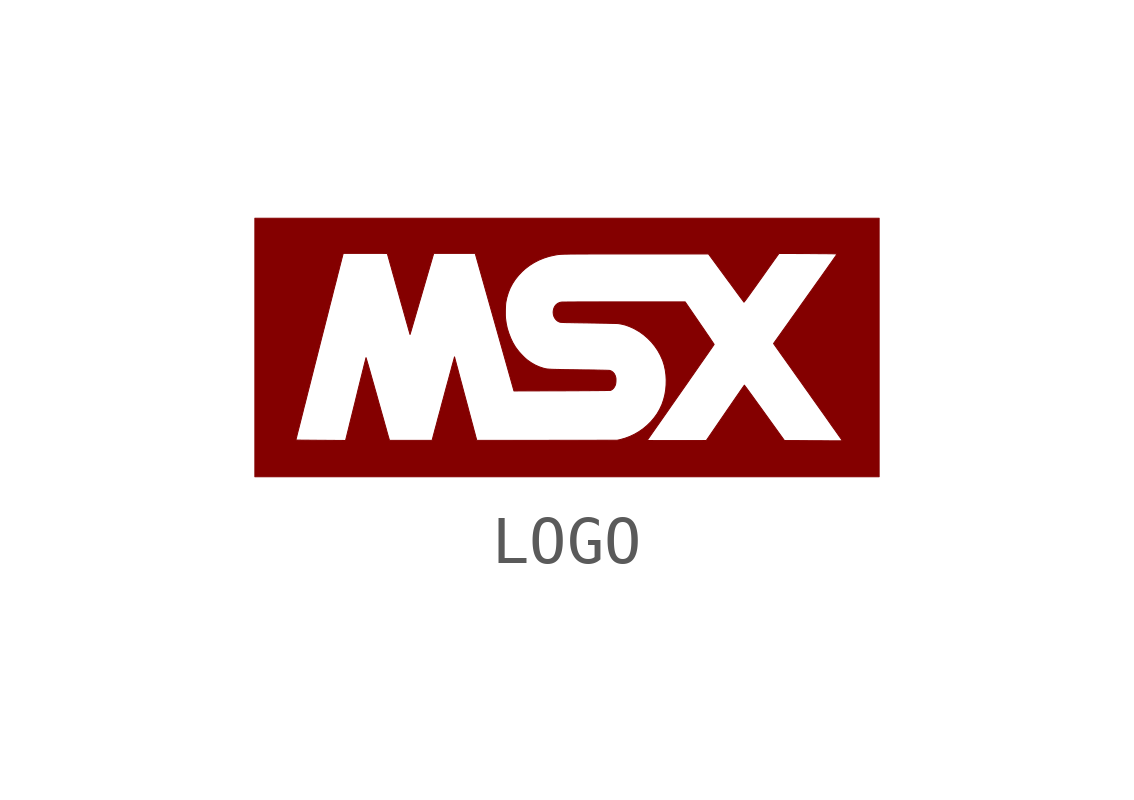
<source format=kicad_sym>
(kicad_symbol_lib
  (version 20220914)
  (generator "bitmap2component")
  (generator_version "8.0")
  (symbol "LOGO"
    (pin_names
      (offset 1.016))
    (property "Reference" "#G"
      (at 0 2.057 0)
      (effects (font (size 1.27 1.27)) hide))
    (symbol "LOGO_0_0"
      (polyline (pts (xy 6.501 0) (xy 6.501 2.692) (xy 0 2.692) (xy -6.501 2.692) (xy -6.501 0) (xy -6.501 -1.928) (xy -5.647 -1.928) (xy -5.646 -1.924) (xy -5.643 -1.911) (xy -5.637 -1.888) (xy -5.629 -1.857) (xy -5.62 -1.818) (xy -5.608 -1.771) (xy -5.594 -1.716) (xy -5.578 -1.655) (xy -5.561 -1.587) (xy -5.542 -1.512) (xy -5.522 -1.432) (xy -5.5 -1.346) (xy -5.478 -1.255) (xy -5.453 -1.16) (xy -5.428 -1.061) (xy -5.402 -0.957) (xy -5.375 -0.851) (xy -5.347 -0.741) (xy -5.319 -0.629) (xy -5.29 -0.515) (xy -5.261 -0.399) (xy -5.231 -0.282) (xy -5.201 -0.164) (xy -5.171 -0.045) (xy -5.141 0.074) (xy -5.111 0.193) (xy -5.081 0.31) (xy -5.051 0.427) (xy -5.022 0.542) (xy -4.993 0.655) (xy -4.965 0.766) (xy -4.938 0.875) (xy -4.911 0.979) (xy -4.885 1.081) (xy -4.861 1.178) (xy -4.837 1.271) (xy -4.814 1.359) (xy -4.793 1.442) (xy -4.774 1.52) (xy -4.755 1.591) (xy -4.739 1.656) (xy -4.724 1.714) (xy -4.711 1.765) (xy -4.7 1.808) (xy -4.691 1.844) (xy -4.684 1.87) (xy -4.661 1.96) (xy -4.202 1.96) (xy -4.163 1.96) (xy -4.089 1.96) (xy -4.024 1.96) (xy -3.968 1.96) (xy -3.92 1.96) (xy -3.879 1.96) (xy -3.845 1.96) (xy -3.817 1.959) (xy -3.795 1.959) (xy -3.777 1.958) (xy -3.764 1.958) (xy -3.755 1.957) (xy -3.748 1.956) (xy -3.744 1.954) (xy -3.742 1.953) (xy -3.741 1.952) (xy -3.741 1.951) (xy -3.739 1.944) (xy -3.734 1.927) (xy -3.727 1.902) (xy -3.718 1.869) (xy -3.706 1.828) (xy -3.693 1.78) (xy -3.678 1.725) (xy -3.66 1.664) (xy -3.642 1.597) (xy -3.622 1.525) (xy -3.6 1.449) (xy -3.578 1.368) (xy -3.554 1.284) (xy -3.53 1.197) (xy -3.504 1.107) (xy -3.5 1.091) (xy -3.475 1.002) (xy -3.451 0.915) (xy -3.427 0.832) (xy -3.405 0.753) (xy -3.384 0.678) (xy -3.364 0.607) (xy -3.346 0.542) (xy -3.329 0.483) (xy -3.314 0.43) (xy -3.301 0.383) (xy -3.29 0.344) (xy -3.281 0.313) (xy -3.275 0.29) (xy -3.271 0.276) (xy -3.269 0.271) (xy -3.269 0.271) (xy -3.267 0.279) (xy -3.262 0.295) (xy -3.254 0.321) (xy -3.244 0.354) (xy -3.232 0.395) (xy -3.218 0.443) (xy -3.202 0.498) (xy -3.184 0.559) (xy -3.165 0.625) (xy -3.144 0.697) (xy -3.122 0.773) (xy -3.098 0.854) (xy -3.074 0.938) (xy -3.048 1.025) (xy -3.022 1.115) (xy -2.776 1.96) (xy -2.344 1.96) (xy -1.912 1.96) (xy -1.508 0.527) (xy -1.105 -0.905) (xy -0.109 -0.902) (xy -0.023 -0.902) (xy 0.097 -0.901) (xy 0.209 -0.901) (xy 0.313 -0.9) (xy 0.41 -0.9) (xy 0.499 -0.899) (xy 0.58 -0.898) (xy 0.652 -0.898) (xy 0.716 -0.897) (xy 0.771 -0.897) (xy 0.817 -0.896) (xy 0.853 -0.895) (xy 0.88 -0.895) (xy 0.898 -0.894) (xy 0.905 -0.894) (xy 0.916 -0.89) (xy 0.943 -0.874) (xy 0.969 -0.85) (xy 0.99 -0.819) (xy 1.007 -0.783) (xy 1.01 -0.776) (xy 1.015 -0.749) (xy 1.019 -0.717) (xy 1.02 -0.683) (xy 1.02 -0.651) (xy 1.016 -0.624) (xy 1.004 -0.584) (xy 0.985 -0.546) (xy 0.959 -0.516) (xy 0.928 -0.493) (xy 0.891 -0.478) (xy 0.891 -0.478) (xy 0.882 -0.477) (xy 0.863 -0.476) (xy 0.835 -0.475) (xy 0.798 -0.474) (xy 0.753 -0.473) (xy 0.7 -0.472) (xy 0.64 -0.471) (xy 0.573 -0.469) (xy 0.5 -0.468) (xy 0.422 -0.467) (xy 0.397 -0.467) (xy 0.291 -0.466) (xy 0.195 -0.464) (xy 0.108 -0.463) (xy 0.029 -0.462) (xy -0.041 -0.461) (xy -0.104 -0.46) (xy -0.16 -0.458) (xy -0.209 -0.457) (xy -0.253 -0.456) (xy -0.29 -0.455) (xy -0.323 -0.454) (xy -0.35 -0.452) (xy -0.374 -0.451) (xy -0.394 -0.449) (xy -0.411 -0.448) (xy -0.425 -0.446) (xy -0.437 -0.444) (xy -0.448 -0.442) (xy -0.499 -0.429) (xy -0.582 -0.401) (xy -0.664 -0.364) (xy -0.744 -0.318) (xy -0.82 -0.265) (xy -0.845 -0.245) (xy -0.883 -0.211) (xy -0.923 -0.171) (xy -0.963 -0.129) (xy -1.002 -0.085) (xy -1.036 -0.041) (xy -1.066 -0.001) (xy -1.077 0.015) (xy -1.129 0.103) (xy -1.174 0.198) (xy -1.212 0.297) (xy -1.244 0.399) (xy -1.266 0.503) (xy -1.28 0.606) (xy -1.282 0.629) (xy -1.284 0.668) (xy -1.284 0.711) (xy -1.284 0.757) (xy -1.283 0.803) (xy -1.281 0.847) (xy -1.279 0.888) (xy -1.276 0.923) (xy -1.272 0.95) (xy -1.253 1.04) (xy -1.222 1.142) (xy -1.183 1.239) (xy -1.134 1.331) (xy -1.077 1.418) (xy -1.011 1.501) (xy -0.936 1.58) (xy -0.871 1.639) (xy -0.782 1.707) (xy -0.687 1.767) (xy -0.587 1.819) (xy -0.482 1.862) (xy -0.373 1.897) (xy -0.262 1.922) (xy -0.25 1.924) (xy -0.237 1.927) (xy -0.226 1.929) (xy -0.214 1.931) (xy -0.203 1.933) (xy -0.191 1.934) (xy -0.179 1.936) (xy -0.165 1.937) (xy -0.15 1.939) (xy -0.134 1.94) (xy -0.115 1.941) (xy -0.093 1.942) (xy -0.069 1.943) (xy -0.041 1.944) (xy -0.01 1.944) (xy 0.026 1.945) (xy 0.065 1.946) (xy 0.11 1.946) (xy 0.159 1.946) (xy 0.214 1.947) (xy 0.275 1.947) (xy 0.342 1.947) (xy 0.415 1.947) (xy 0.495 1.948) (xy 0.583 1.948) (xy 0.678 1.948) (xy 0.781 1.948) (xy 0.893 1.948) (xy 1.013 1.948) (xy 1.142 1.948) (xy 1.281 1.948) (xy 1.429 1.948) (xy 2.947 1.948) (xy 3.314 1.448) (xy 3.352 1.396) (xy 3.398 1.335) (xy 3.441 1.276) (xy 3.482 1.22) (xy 3.52 1.168) (xy 3.555 1.12) (xy 3.587 1.077) (xy 3.615 1.039) (xy 3.639 1.007) (xy 3.659 0.981) (xy 3.673 0.961) (xy 3.682 0.949) (xy 3.686 0.944) (xy 3.687 0.945) (xy 3.693 0.952) (xy 3.705 0.967) (xy 3.723 0.99) (xy 3.746 1.021) (xy 3.774 1.06) (xy 3.808 1.106) (xy 3.846 1.16) (xy 3.89 1.221) (xy 3.939 1.289) (xy 3.992 1.364) (xy 4.051 1.446) (xy 4.089 1.5) (xy 4.133 1.562) (xy 4.175 1.622) (xy 4.215 1.678) (xy 4.253 1.731) (xy 4.287 1.779) (xy 4.318 1.823) (xy 4.346 1.861) (xy 4.369 1.894) (xy 4.388 1.92) (xy 4.402 1.94) (xy 4.41 1.952) (xy 4.414 1.957) (xy 4.416 1.957) (xy 4.427 1.958) (xy 4.448 1.958) (xy 4.476 1.958) (xy 4.512 1.958) (xy 4.554 1.958) (xy 4.603 1.958) (xy 4.656 1.958) (xy 4.714 1.958) (xy 4.775 1.957) (xy 4.839 1.957) (xy 4.905 1.957) (xy 4.973 1.956) (xy 5.041 1.956) (xy 5.109 1.955) (xy 5.176 1.955) (xy 5.24 1.954) (xy 5.303 1.954) (xy 5.362 1.953) (xy 5.417 1.953) (xy 5.468 1.952) (xy 5.512 1.952) (xy 5.551 1.951) (xy 5.582 1.95) (xy 5.606 1.95) (xy 5.62 1.949) (xy 5.626 1.949) (xy 5.625 1.948) (xy 5.621 1.942) (xy 5.611 1.927) (xy 5.596 1.905) (xy 5.575 1.876) (xy 5.55 1.84) (xy 5.521 1.798) (xy 5.487 1.75) (xy 5.449 1.697) (xy 5.408 1.638) (xy 5.363 1.575) (xy 5.315 1.507) (xy 5.264 1.435) (xy 5.21 1.36) (xy 5.154 1.281) (xy 5.096 1.199) (xy 5.036 1.115) (xy 4.974 1.028) (xy 4.957 1.003) (xy 4.895 0.917) (xy 4.836 0.833) (xy 4.778 0.751) (xy 4.722 0.673) (xy 4.668 0.598) (xy 4.618 0.526) (xy 4.57 0.459) (xy 4.525 0.396) (xy 4.484 0.339) (xy 4.447 0.286) (xy 4.413 0.239) (xy 4.384 0.198) (xy 4.359 0.163) (xy 4.339 0.135) (xy 4.324 0.114) (xy 4.315 0.101) (xy 4.311 0.096) (xy 4.302 0.082) (xy 4.382 -0.032) (xy 4.392 -0.045) (xy 4.453 -0.132) (xy 4.516 -0.22) (xy 4.58 -0.31) (xy 4.645 -0.401) (xy 4.71 -0.493) (xy 4.775 -0.585) (xy 4.841 -0.677) (xy 4.906 -0.769) (xy 4.97 -0.86) (xy 5.034 -0.949) (xy 5.096 -1.038) (xy 5.157 -1.124) (xy 5.217 -1.208) (xy 5.274 -1.289) (xy 5.33 -1.367) (xy 5.383 -1.442) (xy 5.433 -1.513) (xy 5.48 -1.58) (xy 5.524 -1.643) (xy 5.565 -1.7) (xy 5.602 -1.752) (xy 5.635 -1.799) (xy 5.663 -1.839) (xy 5.687 -1.873) (xy 5.707 -1.901) (xy 5.721 -1.921) (xy 5.729 -1.933) (xy 5.732 -1.938) (xy 5.732 -1.94) (xy 5.73 -1.941) (xy 5.723 -1.942) (xy 5.712 -1.943) (xy 5.696 -1.944) (xy 5.673 -1.944) (xy 5.642 -1.944) (xy 5.604 -1.944) (xy 5.556 -1.944) (xy 5.553 -1.944) (xy 5.518 -1.944) (xy 5.474 -1.944) (xy 5.422 -1.943) (xy 5.364 -1.943) (xy 5.301 -1.942) (xy 5.234 -1.942) (xy 5.165 -1.942) (xy 5.094 -1.941) (xy 5.023 -1.941) (xy 4.952 -1.94) (xy 4.529 -1.938) (xy 4.114 -1.361) (xy 4.078 -1.311) (xy 4.03 -1.244) (xy 3.983 -1.18) (xy 3.939 -1.119) (xy 3.898 -1.062) (xy 3.86 -1.009) (xy 3.824 -0.96) (xy 3.792 -0.916) (xy 3.764 -0.878) (xy 3.741 -0.846) (xy 3.721 -0.82) (xy 3.707 -0.801) (xy 3.698 -0.789) (xy 3.695 -0.785) (xy 3.693 -0.786) (xy 3.687 -0.795) (xy 3.675 -0.812) (xy 3.658 -0.836) (xy 3.637 -0.866) (xy 3.611 -0.903) (xy 3.582 -0.946) (xy 3.549 -0.993) (xy 3.513 -1.045) (xy 3.474 -1.102) (xy 3.433 -1.162) (xy 3.389 -1.226) (xy 3.343 -1.292) (xy 3.296 -1.361) (xy 2.901 -1.938) (xy 2.286 -1.939) (xy 2.224 -1.939) (xy 2.148 -1.939) (xy 2.076 -1.939) (xy 2.007 -1.939) (xy 1.943 -1.939) (xy 1.885 -1.939) (xy 1.832 -1.939) (xy 1.785 -1.938) (xy 1.746 -1.938) (xy 1.714 -1.938) (xy 1.691 -1.937) (xy 1.676 -1.937) (xy 1.671 -1.936) (xy 1.671 -1.935) (xy 1.676 -1.928) (xy 1.686 -1.913) (xy 1.699 -1.894) (xy 1.715 -1.87) (xy 1.734 -1.844) (xy 1.734 -1.843) (xy 1.774 -1.786) (xy 1.817 -1.725) (xy 1.863 -1.659) (xy 1.911 -1.591) (xy 1.962 -1.518) (xy 2.014 -1.444) (xy 2.068 -1.367) (xy 2.123 -1.288) (xy 2.179 -1.207) (xy 2.236 -1.126) (xy 2.293 -1.044) (xy 2.351 -0.962) (xy 2.408 -0.88) (xy 2.465 -0.799) (xy 2.521 -0.719) (xy 2.575 -0.64) (xy 2.629 -0.564) (xy 2.68 -0.49) (xy 2.73 -0.418) (xy 2.777 -0.35) (xy 2.822 -0.286) (xy 2.864 -0.226) (xy 2.903 -0.17) (xy 2.939 -0.119) (xy 2.97 -0.073) (xy 2.998 -0.034) (xy 3.021 -0.000100) (xy 3.04 0.027) (xy 3.053 0.047) (xy 3.062 0.059) (xy 3.065 0.064) (xy 3.062 0.068) (xy 3.055 0.08) (xy 3.042 0.099) (xy 3.025 0.125) (xy 3.003 0.157) (xy 2.978 0.195) (xy 2.949 0.238) (xy 2.916 0.285) (xy 2.881 0.337) (xy 2.844 0.392) (xy 2.804 0.449) (xy 2.763 0.509) (xy 2.461 0.95) (xy 1.183 0.95) (xy 1.128 0.95) (xy 0.982 0.95) (xy 0.845 0.95) (xy 0.718 0.95) (xy 0.601 0.949) (xy 0.493 0.949) (xy 0.394 0.949) (xy 0.305 0.949) (xy 0.224 0.949) (xy 0.153 0.948) (xy 0.089 0.948) (xy 0.035 0.948) (xy -0.011 0.947) (xy -0.05 0.947) (xy -0.08 0.946) (xy -0.102 0.946) (xy -0.117 0.945) (xy -0.124 0.944) (xy -0.153 0.937) (xy -0.193 0.919) (xy -0.226 0.893) (xy -0.253 0.86) (xy -0.273 0.82) (xy -0.285 0.773) (xy -0.289 0.737) (xy -0.285 0.692) (xy -0.274 0.65) (xy -0.255 0.612) (xy -0.23 0.579) (xy -0.2 0.552) (xy -0.164 0.533) (xy -0.163 0.533) (xy -0.158 0.531) (xy -0.153 0.529) (xy -0.148 0.527) (xy -0.143 0.526) (xy -0.136 0.525) (xy -0.126 0.524) (xy -0.115 0.523) (xy -0.1 0.522) (xy -0.082 0.521) (xy -0.06 0.52) (xy -0.033 0.519) (xy -0.001 0.518) (xy 0.037 0.518) (xy 0.082 0.517) (xy 0.133 0.516) (xy 0.191 0.515) (xy 0.258 0.514) (xy 0.333 0.513) (xy 0.417 0.512) (xy 0.51 0.51) (xy 0.553 0.51) (xy 0.625 0.508) (xy 0.694 0.507) (xy 0.76 0.506) (xy 0.822 0.505) (xy 0.878 0.503) (xy 0.929 0.502) (xy 0.974 0.501) (xy 1.011 0.5) (xy 1.04 0.499) (xy 1.061 0.498) (xy 1.072 0.497) (xy 1.132 0.487) (xy 1.215 0.467) (xy 1.298 0.437) (xy 1.384 0.399) (xy 1.416 0.382) (xy 1.511 0.327) (xy 1.599 0.263) (xy 1.682 0.191) (xy 1.759 0.113) (xy 1.828 0.028) (xy 1.89 -0.062) (xy 1.943 -0.158) (xy 1.988 -0.258) (xy 1.994 -0.273) (xy 2.024 -0.368) (xy 2.046 -0.467) (xy 2.06 -0.569) (xy 2.066 -0.674) (xy 2.064 -0.78) (xy 2.055 -0.885) (xy 2.037 -0.989) (xy 2.011 -1.089) (xy 1.978 -1.185) (xy 1.973 -1.197) (xy 1.928 -1.292) (xy 1.875 -1.383) (xy 1.813 -1.468) (xy 1.744 -1.549) (xy 1.668 -1.623) (xy 1.586 -1.692) (xy 1.498 -1.753) (xy 1.405 -1.807) (xy 1.308 -1.853) (xy 1.208 -1.89) (xy 1.105 -1.919) (xy 1.044 -1.932) (xy -0.417 -1.934) (xy -1.879 -1.935) (xy -1.884 -1.916) (xy -1.884 -1.915) (xy -1.887 -1.906) (xy -1.891 -1.888) (xy -1.899 -1.861) (xy -1.908 -1.826) (xy -1.919 -1.783) (xy -1.933 -1.733) (xy -1.948 -1.677) (xy -1.964 -1.614) (xy -1.983 -1.546) (xy -2.002 -1.473) (xy -2.023 -1.395) (xy -2.045 -1.313) (xy -2.067 -1.228) (xy -2.091 -1.14) (xy -2.115 -1.049) (xy -2.122 -1.024) (xy -2.146 -0.935) (xy -2.169 -0.848) (xy -2.191 -0.764) (xy -2.213 -0.684) (xy -2.233 -0.608) (xy -2.252 -0.537) (xy -2.269 -0.471) (xy -2.285 -0.411) (xy -2.3 -0.358) (xy -2.312 -0.311) (xy -2.323 -0.271) (xy -2.331 -0.24) (xy -2.337 -0.216) (xy -2.341 -0.202) (xy -2.343 -0.196) (xy -2.343 -0.197) (xy -2.345 -0.204) (xy -2.35 -0.22) (xy -2.356 -0.245) (xy -2.365 -0.277) (xy -2.376 -0.317) (xy -2.389 -0.363) (xy -2.403 -0.416) (xy -2.418 -0.474) (xy -2.435 -0.536) (xy -2.453 -0.603) (xy -2.472 -0.674) (xy -2.492 -0.747) (xy -2.513 -0.823) (xy -2.534 -0.901) (xy -2.555 -0.98) (xy -2.576 -1.059) (xy -2.598 -1.139) (xy -2.619 -1.218) (xy -2.639 -1.296) (xy -2.66 -1.372) (xy -2.68 -1.445) (xy -2.699 -1.516) (xy -2.716 -1.583) (xy -2.733 -1.645) (xy -2.749 -1.703) (xy -2.763 -1.756) (xy -2.775 -1.802) (xy -2.786 -1.842) (xy -2.794 -1.875) (xy -2.801 -1.9) (xy -2.805 -1.916) (xy -2.81 -1.935) (xy -3.253 -1.935) (xy -3.696 -1.935) (xy -3.701 -1.921) (xy -3.701 -1.92) (xy -3.704 -1.911) (xy -3.709 -1.893) (xy -3.717 -1.867) (xy -3.727 -1.832) (xy -3.739 -1.789) (xy -3.753 -1.74) (xy -3.768 -1.683) (xy -3.786 -1.621) (xy -3.805 -1.553) (xy -3.825 -1.48) (xy -3.847 -1.403) (xy -3.87 -1.322) (xy -3.894 -1.236) (xy -3.919 -1.149) (xy -3.944 -1.058) (xy -3.952 -1.029) (xy -3.977 -0.94) (xy -4.002 -0.853) (xy -4.025 -0.77) (xy -4.048 -0.69) (xy -4.069 -0.615) (xy -4.089 -0.545) (xy -4.107 -0.48) (xy -4.124 -0.421) (xy -4.139 -0.368) (xy -4.153 -0.322) (xy -4.164 -0.284) (xy -4.173 -0.253) (xy -4.18 -0.23) (xy -4.184 -0.217) (xy -4.186 -0.212) (xy -4.186 -0.212) (xy -4.188 -0.219) (xy -4.192 -0.235) (xy -4.198 -0.26) (xy -4.206 -0.293) (xy -4.217 -0.334) (xy -4.229 -0.382) (xy -4.242 -0.437) (xy -4.258 -0.498) (xy -4.274 -0.565) (xy -4.292 -0.636) (xy -4.311 -0.713) (xy -4.331 -0.794) (xy -4.352 -0.878) (xy -4.373 -0.966) (xy -4.395 -1.056) (xy -4.398 -1.068) (xy -4.42 -1.159) (xy -4.442 -1.246) (xy -4.463 -1.331) (xy -4.483 -1.412) (xy -4.502 -1.489) (xy -4.52 -1.561) (xy -4.536 -1.628) (xy -4.551 -1.69) (xy -4.565 -1.745) (xy -4.577 -1.794) (xy -4.587 -1.835) (xy -4.595 -1.868) (xy -4.601 -1.893) (xy -4.606 -1.91) (xy -4.607 -1.917) (xy -4.612 -1.937) (xy -5.129 -1.933) (xy -5.18 -1.933) (xy -5.249 -1.932) (xy -5.315 -1.932) (xy -5.378 -1.931) (xy -5.435 -1.931) (xy -5.487 -1.93) (xy -5.533 -1.93) (xy -5.572 -1.929) (xy -5.603 -1.929) (xy -5.627 -1.928) (xy -5.642 -1.928) (xy -5.647 -1.928) (xy -6.501 -1.928) (xy -6.501 -2.692) (xy 0 -2.692) (xy 6.501 -2.692) (xy 6.501 0)) (stroke (width 0.01) (type default)) (fill (type outline))))))
</source>
